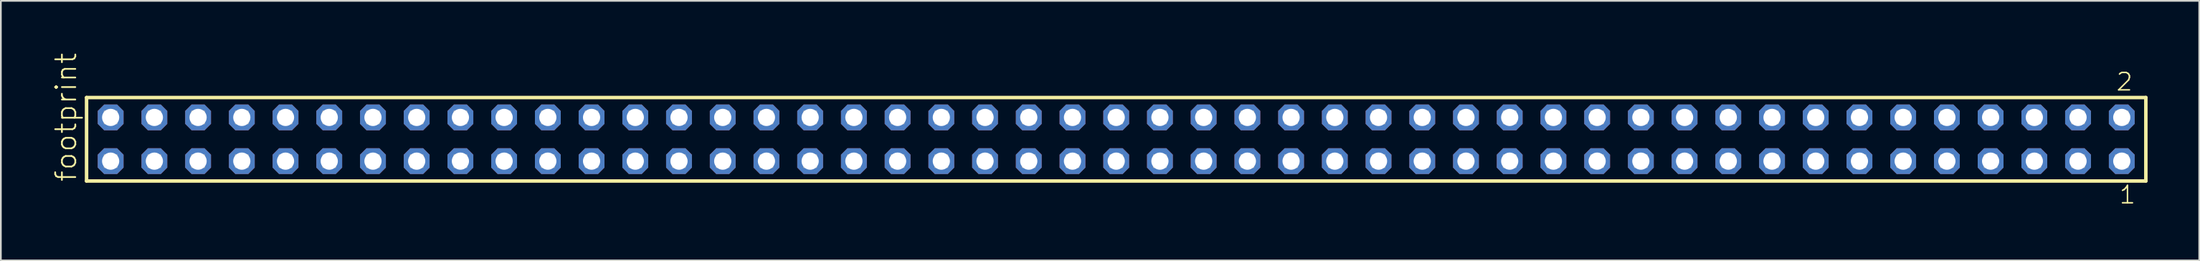
<source format=kicad_pcb>
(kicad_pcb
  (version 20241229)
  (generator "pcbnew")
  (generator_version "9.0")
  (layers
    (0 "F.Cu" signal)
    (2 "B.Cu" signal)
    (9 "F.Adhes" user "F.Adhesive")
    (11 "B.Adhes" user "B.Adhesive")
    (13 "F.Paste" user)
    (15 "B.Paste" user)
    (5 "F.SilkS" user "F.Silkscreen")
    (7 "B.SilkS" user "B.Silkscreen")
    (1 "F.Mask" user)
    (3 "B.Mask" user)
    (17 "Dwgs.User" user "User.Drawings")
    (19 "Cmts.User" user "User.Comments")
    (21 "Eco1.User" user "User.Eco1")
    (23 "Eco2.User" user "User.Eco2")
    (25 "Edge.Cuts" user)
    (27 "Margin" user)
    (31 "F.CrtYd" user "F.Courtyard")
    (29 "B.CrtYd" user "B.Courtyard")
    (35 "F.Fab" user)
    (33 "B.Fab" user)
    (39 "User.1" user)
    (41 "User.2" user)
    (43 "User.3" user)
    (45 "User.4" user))
  (footprint "footprint"
    (layer "F.Cu")
    (at 61.798 5.042)
    (property "Reference" "footprint" (at -60.325 2.54 90) (layer "F.SilkS") (effects (font (size 1.168 1.168) (thickness 0.102)) (justify left bottom)))
    (fp_line (start -59.819 -2.425) (end 59.819 -2.425) (stroke (width 0.203) (type solid)) (layer "F.SilkS"))
    (fp_line (start -59.819 2.425) (end -59.819 -2.425) (stroke (width 0.203) (type solid)) (layer "F.SilkS"))
    (fp_line (start 59.819 -2.425) (end 59.819 2.425) (stroke (width 0.203) (type solid)) (layer "F.SilkS"))
    (fp_line (start 59.819 2.425) (end -59.819 2.425) (stroke (width 0.203) (type solid)) (layer "F.SilkS"))
    (fp_poly (pts (xy -58.77 -0.92) (xy -58.07 -0.92) (xy -58.07 -1.62) (xy -58.77 -1.62)) (stroke (width 0.1) (type solid)) (fill no) (layer "F.Fab"))
    (fp_poly (pts (xy -58.77 1.62) (xy -58.07 1.62) (xy -58.07 0.92) (xy -58.77 0.92)) (stroke (width 0.1) (type solid)) (fill no) (layer "F.Fab"))
    (fp_poly (pts (xy -56.23 -0.92) (xy -55.53 -0.92) (xy -55.53 -1.62) (xy -56.23 -1.62)) (stroke (width 0.1) (type solid)) (fill no) (layer "F.Fab"))
    (fp_poly (pts (xy -56.23 1.62) (xy -55.53 1.62) (xy -55.53 0.92) (xy -56.23 0.92)) (stroke (width 0.1) (type solid)) (fill no) (layer "F.Fab"))
    (fp_poly (pts (xy -53.69 -0.92) (xy -52.99 -0.92) (xy -52.99 -1.62) (xy -53.69 -1.62)) (stroke (width 0.1) (type solid)) (fill no) (layer "F.Fab"))
    (fp_poly (pts (xy -53.69 1.62) (xy -52.99 1.62) (xy -52.99 0.92) (xy -53.69 0.92)) (stroke (width 0.1) (type solid)) (fill no) (layer "F.Fab"))
    (fp_poly (pts (xy -51.15 -0.92) (xy -50.45 -0.92) (xy -50.45 -1.62) (xy -51.15 -1.62)) (stroke (width 0.1) (type solid)) (fill no) (layer "F.Fab"))
    (fp_poly (pts (xy -51.15 1.62) (xy -50.45 1.62) (xy -50.45 0.92) (xy -51.15 0.92)) (stroke (width 0.1) (type solid)) (fill no) (layer "F.Fab"))
    (fp_poly (pts (xy -48.61 -0.92) (xy -47.91 -0.92) (xy -47.91 -1.62) (xy -48.61 -1.62)) (stroke (width 0.1) (type solid)) (fill no) (layer "F.Fab"))
    (fp_poly (pts (xy -48.61 1.62) (xy -47.91 1.62) (xy -47.91 0.92) (xy -48.61 0.92)) (stroke (width 0.1) (type solid)) (fill no) (layer "F.Fab"))
    (fp_poly (pts (xy -46.07 -0.92) (xy -45.37 -0.92) (xy -45.37 -1.62) (xy -46.07 -1.62)) (stroke (width 0.1) (type solid)) (fill no) (layer "F.Fab"))
    (fp_poly (pts (xy -46.07 1.62) (xy -45.37 1.62) (xy -45.37 0.92) (xy -46.07 0.92)) (stroke (width 0.1) (type solid)) (fill no) (layer "F.Fab"))
    (fp_poly (pts (xy -43.53 -0.92) (xy -42.83 -0.92) (xy -42.83 -1.62) (xy -43.53 -1.62)) (stroke (width 0.1) (type solid)) (fill no) (layer "F.Fab"))
    (fp_poly (pts (xy -43.53 1.62) (xy -42.83 1.62) (xy -42.83 0.92) (xy -43.53 0.92)) (stroke (width 0.1) (type solid)) (fill no) (layer "F.Fab"))
    (fp_poly (pts (xy -40.99 -0.92) (xy -40.29 -0.92) (xy -40.29 -1.62) (xy -40.99 -1.62)) (stroke (width 0.1) (type solid)) (fill no) (layer "F.Fab"))
    (fp_poly (pts (xy -40.99 1.62) (xy -40.29 1.62) (xy -40.29 0.92) (xy -40.99 0.92)) (stroke (width 0.1) (type solid)) (fill no) (layer "F.Fab"))
    (fp_poly (pts (xy -38.45 -0.92) (xy -37.75 -0.92) (xy -37.75 -1.62) (xy -38.45 -1.62)) (stroke (width 0.1) (type solid)) (fill no) (layer "F.Fab"))
    (fp_poly (pts (xy -38.45 1.62) (xy -37.75 1.62) (xy -37.75 0.92) (xy -38.45 0.92)) (stroke (width 0.1) (type solid)) (fill no) (layer "F.Fab"))
    (fp_poly (pts (xy -35.91 -0.92) (xy -35.21 -0.92) (xy -35.21 -1.62) (xy -35.91 -1.62)) (stroke (width 0.1) (type solid)) (fill no) (layer "F.Fab"))
    (fp_poly (pts (xy -35.91 1.62) (xy -35.21 1.62) (xy -35.21 0.92) (xy -35.91 0.92)) (stroke (width 0.1) (type solid)) (fill no) (layer "F.Fab"))
    (fp_poly (pts (xy -33.37 -0.92) (xy -32.67 -0.92) (xy -32.67 -1.62) (xy -33.37 -1.62)) (stroke (width 0.1) (type solid)) (fill no) (layer "F.Fab"))
    (fp_poly (pts (xy -33.37 1.62) (xy -32.67 1.62) (xy -32.67 0.92) (xy -33.37 0.92)) (stroke (width 0.1) (type solid)) (fill no) (layer "F.Fab"))
    (fp_poly (pts (xy -30.83 -0.92) (xy -30.13 -0.92) (xy -30.13 -1.62) (xy -30.83 -1.62)) (stroke (width 0.1) (type solid)) (fill no) (layer "F.Fab"))
    (fp_poly (pts (xy -30.83 1.62) (xy -30.13 1.62) (xy -30.13 0.92) (xy -30.83 0.92)) (stroke (width 0.1) (type solid)) (fill no) (layer "F.Fab"))
    (fp_poly (pts (xy -28.29 -0.92) (xy -27.59 -0.92) (xy -27.59 -1.62) (xy -28.29 -1.62)) (stroke (width 0.1) (type solid)) (fill no) (layer "F.Fab"))
    (fp_poly (pts (xy -28.29 1.62) (xy -27.59 1.62) (xy -27.59 0.92) (xy -28.29 0.92)) (stroke (width 0.1) (type solid)) (fill no) (layer "F.Fab"))
    (fp_poly (pts (xy -25.75 -0.92) (xy -25.05 -0.92) (xy -25.05 -1.62) (xy -25.75 -1.62)) (stroke (width 0.1) (type solid)) (fill no) (layer "F.Fab"))
    (fp_poly (pts (xy -25.75 1.62) (xy -25.05 1.62) (xy -25.05 0.92) (xy -25.75 0.92)) (stroke (width 0.1) (type solid)) (fill no) (layer "F.Fab"))
    (fp_poly (pts (xy -23.21 -0.92) (xy -22.51 -0.92) (xy -22.51 -1.62) (xy -23.21 -1.62)) (stroke (width 0.1) (type solid)) (fill no) (layer "F.Fab"))
    (fp_poly (pts (xy -23.21 1.62) (xy -22.51 1.62) (xy -22.51 0.92) (xy -23.21 0.92)) (stroke (width 0.1) (type solid)) (fill no) (layer "F.Fab"))
    (fp_poly (pts (xy -20.67 -0.92) (xy -19.97 -0.92) (xy -19.97 -1.62) (xy -20.67 -1.62)) (stroke (width 0.1) (type solid)) (fill no) (layer "F.Fab"))
    (fp_poly (pts (xy -20.67 1.62) (xy -19.97 1.62) (xy -19.97 0.92) (xy -20.67 0.92)) (stroke (width 0.1) (type solid)) (fill no) (layer "F.Fab"))
    (fp_poly (pts (xy -18.13 -0.92) (xy -17.43 -0.92) (xy -17.43 -1.62) (xy -18.13 -1.62)) (stroke (width 0.1) (type solid)) (fill no) (layer "F.Fab"))
    (fp_poly (pts (xy -18.13 1.62) (xy -17.43 1.62) (xy -17.43 0.92) (xy -18.13 0.92)) (stroke (width 0.1) (type solid)) (fill no) (layer "F.Fab"))
    (fp_poly (pts (xy -15.59 -0.92) (xy -14.89 -0.92) (xy -14.89 -1.62) (xy -15.59 -1.62)) (stroke (width 0.1) (type solid)) (fill no) (layer "F.Fab"))
    (fp_poly (pts (xy -15.59 1.62) (xy -14.89 1.62) (xy -14.89 0.92) (xy -15.59 0.92)) (stroke (width 0.1) (type solid)) (fill no) (layer "F.Fab"))
    (fp_poly (pts (xy -13.05 -0.92) (xy -12.35 -0.92) (xy -12.35 -1.62) (xy -13.05 -1.62)) (stroke (width 0.1) (type solid)) (fill no) (layer "F.Fab"))
    (fp_poly (pts (xy -13.05 1.62) (xy -12.35 1.62) (xy -12.35 0.92) (xy -13.05 0.92)) (stroke (width 0.1) (type solid)) (fill no) (layer "F.Fab"))
    (fp_poly (pts (xy -10.51 -0.92) (xy -9.81 -0.92) (xy -9.81 -1.62) (xy -10.51 -1.62)) (stroke (width 0.1) (type solid)) (fill no) (layer "F.Fab"))
    (fp_poly (pts (xy -10.51 1.62) (xy -9.81 1.62) (xy -9.81 0.92) (xy -10.51 0.92)) (stroke (width 0.1) (type solid)) (fill no) (layer "F.Fab"))
    (fp_poly (pts (xy -7.97 -0.92) (xy -7.27 -0.92) (xy -7.27 -1.62) (xy -7.97 -1.62)) (stroke (width 0.1) (type solid)) (fill no) (layer "F.Fab"))
    (fp_poly (pts (xy -7.97 1.62) (xy -7.27 1.62) (xy -7.27 0.92) (xy -7.97 0.92)) (stroke (width 0.1) (type solid)) (fill no) (layer "F.Fab"))
    (fp_poly (pts (xy -5.43 -0.92) (xy -4.73 -0.92) (xy -4.73 -1.62) (xy -5.43 -1.62)) (stroke (width 0.1) (type solid)) (fill no) (layer "F.Fab"))
    (fp_poly (pts (xy -5.43 1.62) (xy -4.73 1.62) (xy -4.73 0.92) (xy -5.43 0.92)) (stroke (width 0.1) (type solid)) (fill no) (layer "F.Fab"))
    (fp_poly (pts (xy -2.89 -0.92) (xy -2.19 -0.92) (xy -2.19 -1.62) (xy -2.89 -1.62)) (stroke (width 0.1) (type solid)) (fill no) (layer "F.Fab"))
    (fp_poly (pts (xy -2.89 1.62) (xy -2.19 1.62) (xy -2.19 0.92) (xy -2.89 0.92)) (stroke (width 0.1) (type solid)) (fill no) (layer "F.Fab"))
    (fp_poly (pts (xy -0.35 -0.92) (xy 0.35 -0.92) (xy 0.35 -1.62) (xy -0.35 -1.62)) (stroke (width 0.1) (type solid)) (fill no) (layer "F.Fab"))
    (fp_poly (pts (xy -0.35 1.62) (xy 0.35 1.62) (xy 0.35 0.92) (xy -0.35 0.92)) (stroke (width 0.1) (type solid)) (fill no) (layer "F.Fab"))
    (fp_poly (pts (xy 2.19 -0.92) (xy 2.89 -0.92) (xy 2.89 -1.62) (xy 2.19 -1.62)) (stroke (width 0.1) (type solid)) (fill no) (layer "F.Fab"))
    (fp_poly (pts (xy 2.19 1.62) (xy 2.89 1.62) (xy 2.89 0.92) (xy 2.19 0.92)) (stroke (width 0.1) (type solid)) (fill no) (layer "F.Fab"))
    (fp_poly (pts (xy 4.73 -0.92) (xy 5.43 -0.92) (xy 5.43 -1.62) (xy 4.73 -1.62)) (stroke (width 0.1) (type solid)) (fill no) (layer "F.Fab"))
    (fp_poly (pts (xy 4.73 1.62) (xy 5.43 1.62) (xy 5.43 0.92) (xy 4.73 0.92)) (stroke (width 0.1) (type solid)) (fill no) (layer "F.Fab"))
    (fp_poly (pts (xy 7.27 -0.92) (xy 7.97 -0.92) (xy 7.97 -1.62) (xy 7.27 -1.62)) (stroke (width 0.1) (type solid)) (fill no) (layer "F.Fab"))
    (fp_poly (pts (xy 7.27 1.62) (xy 7.97 1.62) (xy 7.97 0.92) (xy 7.27 0.92)) (stroke (width 0.1) (type solid)) (fill no) (layer "F.Fab"))
    (fp_poly (pts (xy 9.81 -0.92) (xy 10.51 -0.92) (xy 10.51 -1.62) (xy 9.81 -1.62)) (stroke (width 0.1) (type solid)) (fill no) (layer "F.Fab"))
    (fp_poly (pts (xy 9.81 1.62) (xy 10.51 1.62) (xy 10.51 0.92) (xy 9.81 0.92)) (stroke (width 0.1) (type solid)) (fill no) (layer "F.Fab"))
    (fp_poly (pts (xy 12.35 -0.92) (xy 13.05 -0.92) (xy 13.05 -1.62) (xy 12.35 -1.62)) (stroke (width 0.1) (type solid)) (fill no) (layer "F.Fab"))
    (fp_poly (pts (xy 12.35 1.62) (xy 13.05 1.62) (xy 13.05 0.92) (xy 12.35 0.92)) (stroke (width 0.1) (type solid)) (fill no) (layer "F.Fab"))
    (fp_poly (pts (xy 14.89 -0.92) (xy 15.59 -0.92) (xy 15.59 -1.62) (xy 14.89 -1.62)) (stroke (width 0.1) (type solid)) (fill no) (layer "F.Fab"))
    (fp_poly (pts (xy 14.89 1.62) (xy 15.59 1.62) (xy 15.59 0.92) (xy 14.89 0.92)) (stroke (width 0.1) (type solid)) (fill no) (layer "F.Fab"))
    (fp_poly (pts (xy 17.43 -0.92) (xy 18.13 -0.92) (xy 18.13 -1.62) (xy 17.43 -1.62)) (stroke (width 0.1) (type solid)) (fill no) (layer "F.Fab"))
    (fp_poly (pts (xy 17.43 1.62) (xy 18.13 1.62) (xy 18.13 0.92) (xy 17.43 0.92)) (stroke (width 0.1) (type solid)) (fill no) (layer "F.Fab"))
    (fp_poly (pts (xy 19.97 -0.92) (xy 20.67 -0.92) (xy 20.67 -1.62) (xy 19.97 -1.62)) (stroke (width 0.1) (type solid)) (fill no) (layer "F.Fab"))
    (fp_poly (pts (xy 19.97 1.62) (xy 20.67 1.62) (xy 20.67 0.92) (xy 19.97 0.92)) (stroke (width 0.1) (type solid)) (fill no) (layer "F.Fab"))
    (fp_poly (pts (xy 22.51 -0.92) (xy 23.21 -0.92) (xy 23.21 -1.62) (xy 22.51 -1.62)) (stroke (width 0.1) (type solid)) (fill no) (layer "F.Fab"))
    (fp_poly (pts (xy 22.51 1.62) (xy 23.21 1.62) (xy 23.21 0.92) (xy 22.51 0.92)) (stroke (width 0.1) (type solid)) (fill no) (layer "F.Fab"))
    (fp_poly (pts (xy 25.05 -0.92) (xy 25.75 -0.92) (xy 25.75 -1.62) (xy 25.05 -1.62)) (stroke (width 0.1) (type solid)) (fill no) (layer "F.Fab"))
    (fp_poly (pts (xy 25.05 1.62) (xy 25.75 1.62) (xy 25.75 0.92) (xy 25.05 0.92)) (stroke (width 0.1) (type solid)) (fill no) (layer "F.Fab"))
    (fp_poly (pts (xy 27.59 -0.92) (xy 28.29 -0.92) (xy 28.29 -1.62) (xy 27.59 -1.62)) (stroke (width 0.1) (type solid)) (fill no) (layer "F.Fab"))
    (fp_poly (pts (xy 27.59 1.62) (xy 28.29 1.62) (xy 28.29 0.92) (xy 27.59 0.92)) (stroke (width 0.1) (type solid)) (fill no) (layer "F.Fab"))
    (fp_poly (pts (xy 30.13 -0.92) (xy 30.83 -0.92) (xy 30.83 -1.62) (xy 30.13 -1.62)) (stroke (width 0.1) (type solid)) (fill no) (layer "F.Fab"))
    (fp_poly (pts (xy 30.13 1.62) (xy 30.83 1.62) (xy 30.83 0.92) (xy 30.13 0.92)) (stroke (width 0.1) (type solid)) (fill no) (layer "F.Fab"))
    (fp_poly (pts (xy 32.67 -0.92) (xy 33.37 -0.92) (xy 33.37 -1.62) (xy 32.67 -1.62)) (stroke (width 0.1) (type solid)) (fill no) (layer "F.Fab"))
    (fp_poly (pts (xy 32.67 1.62) (xy 33.37 1.62) (xy 33.37 0.92) (xy 32.67 0.92)) (stroke (width 0.1) (type solid)) (fill no) (layer "F.Fab"))
    (fp_poly (pts (xy 35.21 -0.92) (xy 35.91 -0.92) (xy 35.91 -1.62) (xy 35.21 -1.62)) (stroke (width 0.1) (type solid)) (fill no) (layer "F.Fab"))
    (fp_poly (pts (xy 35.21 1.62) (xy 35.91 1.62) (xy 35.91 0.92) (xy 35.21 0.92)) (stroke (width 0.1) (type solid)) (fill no) (layer "F.Fab"))
    (fp_poly (pts (xy 37.75 -0.92) (xy 38.45 -0.92) (xy 38.45 -1.62) (xy 37.75 -1.62)) (stroke (width 0.1) (type solid)) (fill no) (layer "F.Fab"))
    (fp_poly (pts (xy 37.75 1.62) (xy 38.45 1.62) (xy 38.45 0.92) (xy 37.75 0.92)) (stroke (width 0.1) (type solid)) (fill no) (layer "F.Fab"))
    (fp_poly (pts (xy 40.29 -0.92) (xy 40.99 -0.92) (xy 40.99 -1.62) (xy 40.29 -1.62)) (stroke (width 0.1) (type solid)) (fill no) (layer "F.Fab"))
    (fp_poly (pts (xy 40.29 1.62) (xy 40.99 1.62) (xy 40.99 0.92) (xy 40.29 0.92)) (stroke (width 0.1) (type solid)) (fill no) (layer "F.Fab"))
    (fp_poly (pts (xy 42.83 -0.92) (xy 43.53 -0.92) (xy 43.53 -1.62) (xy 42.83 -1.62)) (stroke (width 0.1) (type solid)) (fill no) (layer "F.Fab"))
    (fp_poly (pts (xy 42.83 1.62) (xy 43.53 1.62) (xy 43.53 0.92) (xy 42.83 0.92)) (stroke (width 0.1) (type solid)) (fill no) (layer "F.Fab"))
    (fp_poly (pts (xy 45.37 -0.92) (xy 46.07 -0.92) (xy 46.07 -1.62) (xy 45.37 -1.62)) (stroke (width 0.1) (type solid)) (fill no) (layer "F.Fab"))
    (fp_poly (pts (xy 45.37 1.62) (xy 46.07 1.62) (xy 46.07 0.92) (xy 45.37 0.92)) (stroke (width 0.1) (type solid)) (fill no) (layer "F.Fab"))
    (fp_poly (pts (xy 47.91 -0.92) (xy 48.61 -0.92) (xy 48.61 -1.62) (xy 47.91 -1.62)) (stroke (width 0.1) (type solid)) (fill no) (layer "F.Fab"))
    (fp_poly (pts (xy 47.91 1.62) (xy 48.61 1.62) (xy 48.61 0.92) (xy 47.91 0.92)) (stroke (width 0.1) (type solid)) (fill no) (layer "F.Fab"))
    (fp_poly (pts (xy 50.45 -0.92) (xy 51.15 -0.92) (xy 51.15 -1.62) (xy 50.45 -1.62)) (stroke (width 0.1) (type solid)) (fill no) (layer "F.Fab"))
    (fp_poly (pts (xy 50.45 1.62) (xy 51.15 1.62) (xy 51.15 0.92) (xy 50.45 0.92)) (stroke (width 0.1) (type solid)) (fill no) (layer "F.Fab"))
    (fp_poly (pts (xy 52.99 -0.92) (xy 53.69 -0.92) (xy 53.69 -1.62) (xy 52.99 -1.62)) (stroke (width 0.1) (type solid)) (fill no) (layer "F.Fab"))
    (fp_poly (pts (xy 52.99 1.62) (xy 53.69 1.62) (xy 53.69 0.92) (xy 52.99 0.92)) (stroke (width 0.1) (type solid)) (fill no) (layer "F.Fab"))
    (fp_poly (pts (xy 55.53 -0.92) (xy 56.23 -0.92) (xy 56.23 -1.62) (xy 55.53 -1.62)) (stroke (width 0.1) (type solid)) (fill no) (layer "F.Fab"))
    (fp_poly (pts (xy 55.53 1.62) (xy 56.23 1.62) (xy 56.23 0.92) (xy 55.53 0.92)) (stroke (width 0.1) (type solid)) (fill no) (layer "F.Fab"))
    (fp_poly (pts (xy 58.07 -0.92) (xy 58.77 -0.92) (xy 58.77 -1.62) (xy 58.07 -1.62)) (stroke (width 0.1) (type solid)) (fill no) (layer "F.Fab"))
    (fp_poly (pts (xy 58.07 1.62) (xy 58.77 1.62) (xy 58.77 0.92) (xy 58.07 0.92)) (stroke (width 0.1) (type solid)) (fill no) (layer "F.Fab"))
    (fp_text user "1" (at 58.212 3.818 0) (layer "F.SilkS") (effects (font (size 1.012 1.012) (thickness 0.088)) (justify left bottom)))
    (fp_text user "2" (at 58.037 -2.744 0) (layer "F.SilkS") (effects (font (size 1.012 1.012) (thickness 0.088)) (justify left bottom)))
    (pad "1" thru_hole roundrect (at 58.42 1.27 180) (size 1.5 1.5) (drill 1) (layers "*.Cu" "*.Mask") (roundrect_rratio 0.25) (chamfer_ratio 0.25) (chamfer top_left top_right bottom_left bottom_right))
    (pad "2" thru_hole roundrect (at 58.42 -1.27 180) (size 1.5 1.5) (drill 1) (layers "*.Cu" "*.Mask") (roundrect_rratio 0.25) (chamfer_ratio 0.25) (chamfer top_left top_right bottom_left bottom_right))
    (pad "3" thru_hole roundrect (at 55.88 1.27 180) (size 1.5 1.5) (drill 1) (layers "*.Cu" "*.Mask") (roundrect_rratio 0.25) (chamfer_ratio 0.25) (chamfer top_left top_right bottom_left bottom_right))
    (pad "4" thru_hole roundrect (at 55.88 -1.27 180) (size 1.5 1.5) (drill 1) (layers "*.Cu" "*.Mask") (roundrect_rratio 0.25) (chamfer_ratio 0.25) (chamfer top_left top_right bottom_left bottom_right))
    (pad "5" thru_hole roundrect (at 53.34 1.27 180) (size 1.5 1.5) (drill 1) (layers "*.Cu" "*.Mask") (roundrect_rratio 0.25) (chamfer_ratio 0.25) (chamfer top_left top_right bottom_left bottom_right))
    (pad "6" thru_hole roundrect (at 53.34 -1.27 180) (size 1.5 1.5) (drill 1) (layers "*.Cu" "*.Mask") (roundrect_rratio 0.25) (chamfer_ratio 0.25) (chamfer top_left top_right bottom_left bottom_right))
    (pad "7" thru_hole roundrect (at 50.8 1.27 180) (size 1.5 1.5) (drill 1) (layers "*.Cu" "*.Mask") (roundrect_rratio 0.25) (chamfer_ratio 0.25) (chamfer top_left top_right bottom_left bottom_right))
    (pad "8" thru_hole roundrect (at 50.8 -1.27 180) (size 1.5 1.5) (drill 1) (layers "*.Cu" "*.Mask") (roundrect_rratio 0.25) (chamfer_ratio 0.25) (chamfer top_left top_right bottom_left bottom_right))
    (pad "9" thru_hole roundrect (at 48.26 1.27 180) (size 1.5 1.5) (drill 1) (layers "*.Cu" "*.Mask") (roundrect_rratio 0.25) (chamfer_ratio 0.25) (chamfer top_left top_right bottom_left bottom_right))
    (pad "10" thru_hole roundrect (at 48.26 -1.27 180) (size 1.5 1.5) (drill 1) (layers "*.Cu" "*.Mask") (roundrect_rratio 0.25) (chamfer_ratio 0.25) (chamfer top_left top_right bottom_left bottom_right))
    (pad "11" thru_hole roundrect (at 45.72 1.27 180) (size 1.5 1.5) (drill 1) (layers "*.Cu" "*.Mask") (roundrect_rratio 0.25) (chamfer_ratio 0.25) (chamfer top_left top_right bottom_left bottom_right))
    (pad "12" thru_hole roundrect (at 45.72 -1.27 180) (size 1.5 1.5) (drill 1) (layers "*.Cu" "*.Mask") (roundrect_rratio 0.25) (chamfer_ratio 0.25) (chamfer top_left top_right bottom_left bottom_right))
    (pad "13" thru_hole roundrect (at 43.18 1.27 180) (size 1.5 1.5) (drill 1) (layers "*.Cu" "*.Mask") (roundrect_rratio 0.25) (chamfer_ratio 0.25) (chamfer top_left top_right bottom_left bottom_right))
    (pad "14" thru_hole roundrect (at 43.18 -1.27 180) (size 1.5 1.5) (drill 1) (layers "*.Cu" "*.Mask") (roundrect_rratio 0.25) (chamfer_ratio 0.25) (chamfer top_left top_right bottom_left bottom_right))
    (pad "15" thru_hole roundrect (at 40.64 1.27 180) (size 1.5 1.5) (drill 1) (layers "*.Cu" "*.Mask") (roundrect_rratio 0.25) (chamfer_ratio 0.25) (chamfer top_left top_right bottom_left bottom_right))
    (pad "16" thru_hole roundrect (at 40.64 -1.27 180) (size 1.5 1.5) (drill 1) (layers "*.Cu" "*.Mask") (roundrect_rratio 0.25) (chamfer_ratio 0.25) (chamfer top_left top_right bottom_left bottom_right))
    (pad "17" thru_hole roundrect (at 38.1 1.27 180) (size 1.5 1.5) (drill 1) (layers "*.Cu" "*.Mask") (roundrect_rratio 0.25) (chamfer_ratio 0.25) (chamfer top_left top_right bottom_left bottom_right))
    (pad "18" thru_hole roundrect (at 38.1 -1.27 180) (size 1.5 1.5) (drill 1) (layers "*.Cu" "*.Mask") (roundrect_rratio 0.25) (chamfer_ratio 0.25) (chamfer top_left top_right bottom_left bottom_right))
    (pad "19" thru_hole roundrect (at 35.56 1.27 180) (size 1.5 1.5) (drill 1) (layers "*.Cu" "*.Mask") (roundrect_rratio 0.25) (chamfer_ratio 0.25) (chamfer top_left top_right bottom_left bottom_right))
    (pad "20" thru_hole roundrect (at 35.56 -1.27 180) (size 1.5 1.5) (drill 1) (layers "*.Cu" "*.Mask") (roundrect_rratio 0.25) (chamfer_ratio 0.25) (chamfer top_left top_right bottom_left bottom_right))
    (pad "21" thru_hole roundrect (at 33.02 1.27 180) (size 1.5 1.5) (drill 1) (layers "*.Cu" "*.Mask") (roundrect_rratio 0.25) (chamfer_ratio 0.25) (chamfer top_left top_right bottom_left bottom_right))
    (pad "22" thru_hole roundrect (at 33.02 -1.27 180) (size 1.5 1.5) (drill 1) (layers "*.Cu" "*.Mask") (roundrect_rratio 0.25) (chamfer_ratio 0.25) (chamfer top_left top_right bottom_left bottom_right))
    (pad "23" thru_hole roundrect (at 30.48 1.27 180) (size 1.5 1.5) (drill 1) (layers "*.Cu" "*.Mask") (roundrect_rratio 0.25) (chamfer_ratio 0.25) (chamfer top_left top_right bottom_left bottom_right))
    (pad "24" thru_hole roundrect (at 30.48 -1.27 180) (size 1.5 1.5) (drill 1) (layers "*.Cu" "*.Mask") (roundrect_rratio 0.25) (chamfer_ratio 0.25) (chamfer top_left top_right bottom_left bottom_right))
    (pad "25" thru_hole roundrect (at 27.94 1.27 180) (size 1.5 1.5) (drill 1) (layers "*.Cu" "*.Mask") (roundrect_rratio 0.25) (chamfer_ratio 0.25) (chamfer top_left top_right bottom_left bottom_right))
    (pad "26" thru_hole roundrect (at 27.94 -1.27 180) (size 1.5 1.5) (drill 1) (layers "*.Cu" "*.Mask") (roundrect_rratio 0.25) (chamfer_ratio 0.25) (chamfer top_left top_right bottom_left bottom_right))
    (pad "27" thru_hole roundrect (at 25.4 1.27 180) (size 1.5 1.5) (drill 1) (layers "*.Cu" "*.Mask") (roundrect_rratio 0.25) (chamfer_ratio 0.25) (chamfer top_left top_right bottom_left bottom_right))
    (pad "28" thru_hole roundrect (at 25.4 -1.27 180) (size 1.5 1.5) (drill 1) (layers "*.Cu" "*.Mask") (roundrect_rratio 0.25) (chamfer_ratio 0.25) (chamfer top_left top_right bottom_left bottom_right))
    (pad "29" thru_hole roundrect (at 22.86 1.27 180) (size 1.5 1.5) (drill 1) (layers "*.Cu" "*.Mask") (roundrect_rratio 0.25) (chamfer_ratio 0.25) (chamfer top_left top_right bottom_left bottom_right))
    (pad "30" thru_hole roundrect (at 22.86 -1.27 180) (size 1.5 1.5) (drill 1) (layers "*.Cu" "*.Mask") (roundrect_rratio 0.25) (chamfer_ratio 0.25) (chamfer top_left top_right bottom_left bottom_right))
    (pad "31" thru_hole roundrect (at 20.32 1.27 180) (size 1.5 1.5) (drill 1) (layers "*.Cu" "*.Mask") (roundrect_rratio 0.25) (chamfer_ratio 0.25) (chamfer top_left top_right bottom_left bottom_right))
    (pad "32" thru_hole roundrect (at 20.32 -1.27 180) (size 1.5 1.5) (drill 1) (layers "*.Cu" "*.Mask") (roundrect_rratio 0.25) (chamfer_ratio 0.25) (chamfer top_left top_right bottom_left bottom_right))
    (pad "33" thru_hole roundrect (at 17.78 1.27 180) (size 1.5 1.5) (drill 1) (layers "*.Cu" "*.Mask") (roundrect_rratio 0.25) (chamfer_ratio 0.25) (chamfer top_left top_right bottom_left bottom_right))
    (pad "34" thru_hole roundrect (at 17.78 -1.27 180) (size 1.5 1.5) (drill 1) (layers "*.Cu" "*.Mask") (roundrect_rratio 0.25) (chamfer_ratio 0.25) (chamfer top_left top_right bottom_left bottom_right))
    (pad "35" thru_hole roundrect (at 15.24 1.27 180) (size 1.5 1.5) (drill 1) (layers "*.Cu" "*.Mask") (roundrect_rratio 0.25) (chamfer_ratio 0.25) (chamfer top_left top_right bottom_left bottom_right))
    (pad "36" thru_hole roundrect (at 15.24 -1.27 180) (size 1.5 1.5) (drill 1) (layers "*.Cu" "*.Mask") (roundrect_rratio 0.25) (chamfer_ratio 0.25) (chamfer top_left top_right bottom_left bottom_right))
    (pad "37" thru_hole roundrect (at 12.7 1.27 180) (size 1.5 1.5) (drill 1) (layers "*.Cu" "*.Mask") (roundrect_rratio 0.25) (chamfer_ratio 0.25) (chamfer top_left top_right bottom_left bottom_right))
    (pad "38" thru_hole roundrect (at 12.7 -1.27 180) (size 1.5 1.5) (drill 1) (layers "*.Cu" "*.Mask") (roundrect_rratio 0.25) (chamfer_ratio 0.25) (chamfer top_left top_right bottom_left bottom_right))
    (pad "39" thru_hole roundrect (at 10.16 1.27 180) (size 1.5 1.5) (drill 1) (layers "*.Cu" "*.Mask") (roundrect_rratio 0.25) (chamfer_ratio 0.25) (chamfer top_left top_right bottom_left bottom_right))
    (pad "40" thru_hole roundrect (at 10.16 -1.27 180) (size 1.5 1.5) (drill 1) (layers "*.Cu" "*.Mask") (roundrect_rratio 0.25) (chamfer_ratio 0.25) (chamfer top_left top_right bottom_left bottom_right))
    (pad "41" thru_hole roundrect (at 7.62 1.27 180) (size 1.5 1.5) (drill 1) (layers "*.Cu" "*.Mask") (roundrect_rratio 0.25) (chamfer_ratio 0.25) (chamfer top_left top_right bottom_left bottom_right))
    (pad "42" thru_hole roundrect (at 7.62 -1.27 180) (size 1.5 1.5) (drill 1) (layers "*.Cu" "*.Mask") (roundrect_rratio 0.25) (chamfer_ratio 0.25) (chamfer top_left top_right bottom_left bottom_right))
    (pad "43" thru_hole roundrect (at 5.08 1.27 180) (size 1.5 1.5) (drill 1) (layers "*.Cu" "*.Mask") (roundrect_rratio 0.25) (chamfer_ratio 0.25) (chamfer top_left top_right bottom_left bottom_right))
    (pad "44" thru_hole roundrect (at 5.08 -1.27 180) (size 1.5 1.5) (drill 1) (layers "*.Cu" "*.Mask") (roundrect_rratio 0.25) (chamfer_ratio 0.25) (chamfer top_left top_right bottom_left bottom_right))
    (pad "45" thru_hole roundrect (at 2.54 1.27 180) (size 1.5 1.5) (drill 1) (layers "*.Cu" "*.Mask") (roundrect_rratio 0.25) (chamfer_ratio 0.25) (chamfer top_left top_right bottom_left bottom_right))
    (pad "46" thru_hole roundrect (at 2.54 -1.27 180) (size 1.5 1.5) (drill 1) (layers "*.Cu" "*.Mask") (roundrect_rratio 0.25) (chamfer_ratio 0.25) (chamfer top_left top_right bottom_left bottom_right))
    (pad "47" thru_hole roundrect (at 0 1.27 180) (size 1.5 1.5) (drill 1) (layers "*.Cu" "*.Mask") (roundrect_rratio 0.25) (chamfer_ratio 0.25) (chamfer top_left top_right bottom_left bottom_right))
    (pad "48" thru_hole roundrect (at 0 -1.27 180) (size 1.5 1.5) (drill 1) (layers "*.Cu" "*.Mask") (roundrect_rratio 0.25) (chamfer_ratio 0.25) (chamfer top_left top_right bottom_left bottom_right))
    (pad "49" thru_hole roundrect (at -2.54 1.27 180) (size 1.5 1.5) (drill 1) (layers "*.Cu" "*.Mask") (roundrect_rratio 0.25) (chamfer_ratio 0.25) (chamfer top_left top_right bottom_left bottom_right))
    (pad "50" thru_hole roundrect (at -2.54 -1.27 180) (size 1.5 1.5) (drill 1) (layers "*.Cu" "*.Mask") (roundrect_rratio 0.25) (chamfer_ratio 0.25) (chamfer top_left top_right bottom_left bottom_right))
    (pad "51" thru_hole roundrect (at -5.08 1.27 180) (size 1.5 1.5) (drill 1) (layers "*.Cu" "*.Mask") (roundrect_rratio 0.25) (chamfer_ratio 0.25) (chamfer top_left top_right bottom_left bottom_right))
    (pad "52" thru_hole roundrect (at -5.08 -1.27 180) (size 1.5 1.5) (drill 1) (layers "*.Cu" "*.Mask") (roundrect_rratio 0.25) (chamfer_ratio 0.25) (chamfer top_left top_right bottom_left bottom_right))
    (pad "53" thru_hole roundrect (at -7.62 1.27 180) (size 1.5 1.5) (drill 1) (layers "*.Cu" "*.Mask") (roundrect_rratio 0.25) (chamfer_ratio 0.25) (chamfer top_left top_right bottom_left bottom_right))
    (pad "54" thru_hole roundrect (at -7.62 -1.27 180) (size 1.5 1.5) (drill 1) (layers "*.Cu" "*.Mask") (roundrect_rratio 0.25) (chamfer_ratio 0.25) (chamfer top_left top_right bottom_left bottom_right))
    (pad "55" thru_hole roundrect (at -10.16 1.27 180) (size 1.5 1.5) (drill 1) (layers "*.Cu" "*.Mask") (roundrect_rratio 0.25) (chamfer_ratio 0.25) (chamfer top_left top_right bottom_left bottom_right))
    (pad "56" thru_hole roundrect (at -10.16 -1.27 180) (size 1.5 1.5) (drill 1) (layers "*.Cu" "*.Mask") (roundrect_rratio 0.25) (chamfer_ratio 0.25) (chamfer top_left top_right bottom_left bottom_right))
    (pad "57" thru_hole roundrect (at -12.7 1.27 180) (size 1.5 1.5) (drill 1) (layers "*.Cu" "*.Mask") (roundrect_rratio 0.25) (chamfer_ratio 0.25) (chamfer top_left top_right bottom_left bottom_right))
    (pad "58" thru_hole roundrect (at -12.7 -1.27 180) (size 1.5 1.5) (drill 1) (layers "*.Cu" "*.Mask") (roundrect_rratio 0.25) (chamfer_ratio 0.25) (chamfer top_left top_right bottom_left bottom_right))
    (pad "59" thru_hole roundrect (at -15.24 1.27 180) (size 1.5 1.5) (drill 1) (layers "*.Cu" "*.Mask") (roundrect_rratio 0.25) (chamfer_ratio 0.25) (chamfer top_left top_right bottom_left bottom_right))
    (pad "60" thru_hole roundrect (at -15.24 -1.27 180) (size 1.5 1.5) (drill 1) (layers "*.Cu" "*.Mask") (roundrect_rratio 0.25) (chamfer_ratio 0.25) (chamfer top_left top_right bottom_left bottom_right))
    (pad "61" thru_hole roundrect (at -17.78 1.27 180) (size 1.5 1.5) (drill 1) (layers "*.Cu" "*.Mask") (roundrect_rratio 0.25) (chamfer_ratio 0.25) (chamfer top_left top_right bottom_left bottom_right))
    (pad "62" thru_hole roundrect (at -17.78 -1.27 180) (size 1.5 1.5) (drill 1) (layers "*.Cu" "*.Mask") (roundrect_rratio 0.25) (chamfer_ratio 0.25) (chamfer top_left top_right bottom_left bottom_right))
    (pad "63" thru_hole roundrect (at -20.32 1.27 180) (size 1.5 1.5) (drill 1) (layers "*.Cu" "*.Mask") (roundrect_rratio 0.25) (chamfer_ratio 0.25) (chamfer top_left top_right bottom_left bottom_right))
    (pad "64" thru_hole roundrect (at -20.32 -1.27 180) (size 1.5 1.5) (drill 1) (layers "*.Cu" "*.Mask") (roundrect_rratio 0.25) (chamfer_ratio 0.25) (chamfer top_left top_right bottom_left bottom_right))
    (pad "65" thru_hole roundrect (at -22.86 1.27 180) (size 1.5 1.5) (drill 1) (layers "*.Cu" "*.Mask") (roundrect_rratio 0.25) (chamfer_ratio 0.25) (chamfer top_left top_right bottom_left bottom_right))
    (pad "66" thru_hole roundrect (at -22.86 -1.27 180) (size 1.5 1.5) (drill 1) (layers "*.Cu" "*.Mask") (roundrect_rratio 0.25) (chamfer_ratio 0.25) (chamfer top_left top_right bottom_left bottom_right))
    (pad "67" thru_hole roundrect (at -25.4 1.27 180) (size 1.5 1.5) (drill 1) (layers "*.Cu" "*.Mask") (roundrect_rratio 0.25) (chamfer_ratio 0.25) (chamfer top_left top_right bottom_left bottom_right))
    (pad "68" thru_hole roundrect (at -25.4 -1.27 180) (size 1.5 1.5) (drill 1) (layers "*.Cu" "*.Mask") (roundrect_rratio 0.25) (chamfer_ratio 0.25) (chamfer top_left top_right bottom_left bottom_right))
    (pad "69" thru_hole roundrect (at -27.94 1.27 180) (size 1.5 1.5) (drill 1) (layers "*.Cu" "*.Mask") (roundrect_rratio 0.25) (chamfer_ratio 0.25) (chamfer top_left top_right bottom_left bottom_right))
    (pad "70" thru_hole roundrect (at -27.94 -1.27 180) (size 1.5 1.5) (drill 1) (layers "*.Cu" "*.Mask") (roundrect_rratio 0.25) (chamfer_ratio 0.25) (chamfer top_left top_right bottom_left bottom_right))
    (pad "71" thru_hole roundrect (at -30.48 1.27 180) (size 1.5 1.5) (drill 1) (layers "*.Cu" "*.Mask") (roundrect_rratio 0.25) (chamfer_ratio 0.25) (chamfer top_left top_right bottom_left bottom_right))
    (pad "72" thru_hole roundrect (at -30.48 -1.27 180) (size 1.5 1.5) (drill 1) (layers "*.Cu" "*.Mask") (roundrect_rratio 0.25) (chamfer_ratio 0.25) (chamfer top_left top_right bottom_left bottom_right))
    (pad "73" thru_hole roundrect (at -33.02 1.27 180) (size 1.5 1.5) (drill 1) (layers "*.Cu" "*.Mask") (roundrect_rratio 0.25) (chamfer_ratio 0.25) (chamfer top_left top_right bottom_left bottom_right))
    (pad "74" thru_hole roundrect (at -33.02 -1.27 180) (size 1.5 1.5) (drill 1) (layers "*.Cu" "*.Mask") (roundrect_rratio 0.25) (chamfer_ratio 0.25) (chamfer top_left top_right bottom_left bottom_right))
    (pad "75" thru_hole roundrect (at -35.56 1.27 180) (size 1.5 1.5) (drill 1) (layers "*.Cu" "*.Mask") (roundrect_rratio 0.25) (chamfer_ratio 0.25) (chamfer top_left top_right bottom_left bottom_right))
    (pad "76" thru_hole roundrect (at -35.56 -1.27 180) (size 1.5 1.5) (drill 1) (layers "*.Cu" "*.Mask") (roundrect_rratio 0.25) (chamfer_ratio 0.25) (chamfer top_left top_right bottom_left bottom_right))
    (pad "77" thru_hole roundrect (at -38.1 1.27 180) (size 1.5 1.5) (drill 1) (layers "*.Cu" "*.Mask") (roundrect_rratio 0.25) (chamfer_ratio 0.25) (chamfer top_left top_right bottom_left bottom_right))
    (pad "78" thru_hole roundrect (at -38.1 -1.27 180) (size 1.5 1.5) (drill 1) (layers "*.Cu" "*.Mask") (roundrect_rratio 0.25) (chamfer_ratio 0.25) (chamfer top_left top_right bottom_left bottom_right))
    (pad "79" thru_hole roundrect (at -40.64 1.27 180) (size 1.5 1.5) (drill 1) (layers "*.Cu" "*.Mask") (roundrect_rratio 0.25) (chamfer_ratio 0.25) (chamfer top_left top_right bottom_left bottom_right))
    (pad "80" thru_hole roundrect (at -40.64 -1.27 180) (size 1.5 1.5) (drill 1) (layers "*.Cu" "*.Mask") (roundrect_rratio 0.25) (chamfer_ratio 0.25) (chamfer top_left top_right bottom_left bottom_right))
    (pad "81" thru_hole roundrect (at -43.18 1.27 180) (size 1.5 1.5) (drill 1) (layers "*.Cu" "*.Mask") (roundrect_rratio 0.25) (chamfer_ratio 0.25) (chamfer top_left top_right bottom_left bottom_right))
    (pad "82" thru_hole roundrect (at -43.18 -1.27 180) (size 1.5 1.5) (drill 1) (layers "*.Cu" "*.Mask") (roundrect_rratio 0.25) (chamfer_ratio 0.25) (chamfer top_left top_right bottom_left bottom_right))
    (pad "83" thru_hole roundrect (at -45.72 1.27 180) (size 1.5 1.5) (drill 1) (layers "*.Cu" "*.Mask") (roundrect_rratio 0.25) (chamfer_ratio 0.25) (chamfer top_left top_right bottom_left bottom_right))
    (pad "84" thru_hole roundrect (at -45.72 -1.27 180) (size 1.5 1.5) (drill 1) (layers "*.Cu" "*.Mask") (roundrect_rratio 0.25) (chamfer_ratio 0.25) (chamfer top_left top_right bottom_left bottom_right))
    (pad "85" thru_hole roundrect (at -48.26 1.27 180) (size 1.5 1.5) (drill 1) (layers "*.Cu" "*.Mask") (roundrect_rratio 0.25) (chamfer_ratio 0.25) (chamfer top_left top_right bottom_left bottom_right))
    (pad "86" thru_hole roundrect (at -48.26 -1.27 180) (size 1.5 1.5) (drill 1) (layers "*.Cu" "*.Mask") (roundrect_rratio 0.25) (chamfer_ratio 0.25) (chamfer top_left top_right bottom_left bottom_right))
    (pad "87" thru_hole roundrect (at -50.8 1.27 180) (size 1.5 1.5) (drill 1) (layers "*.Cu" "*.Mask") (roundrect_rratio 0.25) (chamfer_ratio 0.25) (chamfer top_left top_right bottom_left bottom_right))
    (pad "88" thru_hole roundrect (at -50.8 -1.27 180) (size 1.5 1.5) (drill 1) (layers "*.Cu" "*.Mask") (roundrect_rratio 0.25) (chamfer_ratio 0.25) (chamfer top_left top_right bottom_left bottom_right))
    (pad "89" thru_hole roundrect (at -53.34 1.27 180) (size 1.5 1.5) (drill 1) (layers "*.Cu" "*.Mask") (roundrect_rratio 0.25) (chamfer_ratio 0.25) (chamfer top_left top_right bottom_left bottom_right))
    (pad "90" thru_hole roundrect (at -53.34 -1.27 180) (size 1.5 1.5) (drill 1) (layers "*.Cu" "*.Mask") (roundrect_rratio 0.25) (chamfer_ratio 0.25) (chamfer top_left top_right bottom_left bottom_right))
    (pad "91" thru_hole roundrect (at -55.88 1.27 180) (size 1.5 1.5) (drill 1) (layers "*.Cu" "*.Mask") (roundrect_rratio 0.25) (chamfer_ratio 0.25) (chamfer top_left top_right bottom_left bottom_right))
    (pad "92" thru_hole roundrect (at -55.88 -1.27 180) (size 1.5 1.5) (drill 1) (layers "*.Cu" "*.Mask") (roundrect_rratio 0.25) (chamfer_ratio 0.25) (chamfer top_left top_right bottom_left bottom_right))
    (pad "93" thru_hole roundrect (at -58.42 1.27 180) (size 1.5 1.5) (drill 1) (layers "*.Cu" "*.Mask") (roundrect_rratio 0.25) (chamfer_ratio 0.25) (chamfer top_left top_right bottom_left bottom_right))
    (pad "94" thru_hole roundrect (at -58.42 -1.27 180) (size 1.5 1.5) (drill 1) (layers "*.Cu" "*.Mask") (roundrect_rratio 0.25) (chamfer_ratio 0.25) (chamfer top_left top_right bottom_left bottom_right)))
  (gr_rect
    (start -3 -3)
    (end 124.719 12.077)
    (stroke (width 0.1) (type default))
    (fill no)
    (layer "Edge.Cuts")))
</source>
